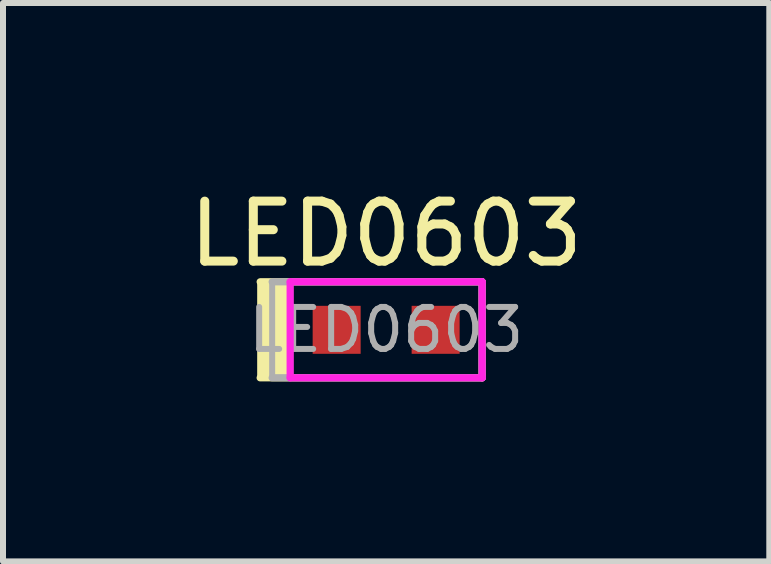
<source format=kicad_pcb>
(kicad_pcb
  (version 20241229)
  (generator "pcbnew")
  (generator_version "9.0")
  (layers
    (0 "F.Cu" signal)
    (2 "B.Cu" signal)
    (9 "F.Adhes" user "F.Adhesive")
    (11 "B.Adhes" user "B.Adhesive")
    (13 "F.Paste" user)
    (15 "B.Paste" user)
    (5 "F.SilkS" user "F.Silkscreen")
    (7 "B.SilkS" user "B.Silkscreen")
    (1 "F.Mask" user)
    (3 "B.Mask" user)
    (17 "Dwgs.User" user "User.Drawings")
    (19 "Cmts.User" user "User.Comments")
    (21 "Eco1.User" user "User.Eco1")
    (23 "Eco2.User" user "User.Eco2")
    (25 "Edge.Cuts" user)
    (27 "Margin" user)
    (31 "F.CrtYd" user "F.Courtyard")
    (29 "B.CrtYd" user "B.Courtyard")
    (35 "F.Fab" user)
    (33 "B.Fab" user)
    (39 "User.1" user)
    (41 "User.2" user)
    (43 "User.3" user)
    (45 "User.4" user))
  (footprint "LED0603"
    (layer "F.Cu")
    (at 3.387 2.448)
    (property "Reference" "LED0603" (at 0 -1.6 0) (layer "F.SilkS") (effects (font (size 1 1) (thickness 0.15))))
    (attr through_hole)
    (fp_line (start -2.1 -0.8) (end 1.6 -0.8) (stroke (width 0.12) (type solid)) (layer "F.SilkS"))
    (fp_line (start 1.6 -0.8) (end 1.6 0.8) (stroke (width 0.12) (type solid)) (layer "F.SilkS"))
    (fp_line (start 1.6 0.8) (end -2.1 0.8) (stroke (width 0.12) (type solid)) (layer "F.SilkS"))
    (fp_poly (pts (xy -1.6 0.8) (xy -2.1 0.8) (xy -2.1 -0.8) (xy -1.6 -0.8)) (stroke (width 0.1) (type solid)) (fill yes) (layer "F.SilkS"))
    (fp_line (start -1.6 -0.8) (end -1.6 0.8) (stroke (width 0.12) (type solid)) (layer "F.CrtYd"))
    (fp_line (start -1.6 -0.8) (end 1.6 -0.8) (stroke (width 0.12) (type solid)) (layer "F.CrtYd"))
    (fp_line (start 1.6 -0.8) (end 1.6 0.8) (stroke (width 0.12) (type solid)) (layer "F.CrtYd"))
    (fp_line (start 1.6 0.8) (end -1.6 0.8) (stroke (width 0.12) (type solid)) (layer "F.CrtYd"))
    (fp_line (start -1.9 -0.8) (end 1.6 -0.8) (stroke (width 0.12) (type solid)) (layer "F.Fab"))
    (fp_line (start 1.6 -0.8) (end 1.6 0.8) (stroke (width 0.12) (type solid)) (layer "F.Fab"))
    (fp_line (start 1.6 0.8) (end -1.9 0.8) (stroke (width 0.12) (type solid)) (layer "F.Fab"))
    (fp_poly (pts (xy -1.6 0.8) (xy -1.9 0.8) (xy -1.9 -0.8) (xy -1.6 -0.8)) (stroke (width 0.1) (type solid)) (fill no) (layer "F.Fab"))
    (fp_text user "${REFERENCE}" (at 0 0 0) (layer "F.Fab") (effects (font (size 0.7 0.7) (thickness 0.1))))
    (pad "A" smd rect (at 0.825 0) (size 0.8 0.8) (layers "F.Cu" "F.Mask" "F.Paste"))
    (pad "C" smd rect (at -0.825 0) (size 0.8 0.8) (layers "F.Cu" "F.Mask" "F.Paste")))
  (gr_rect
    (start -3 -3)
    (end 9.774 6.308)
    (stroke (width 0.1) (type default))
    (fill no)
    (layer "Edge.Cuts")))
</source>
